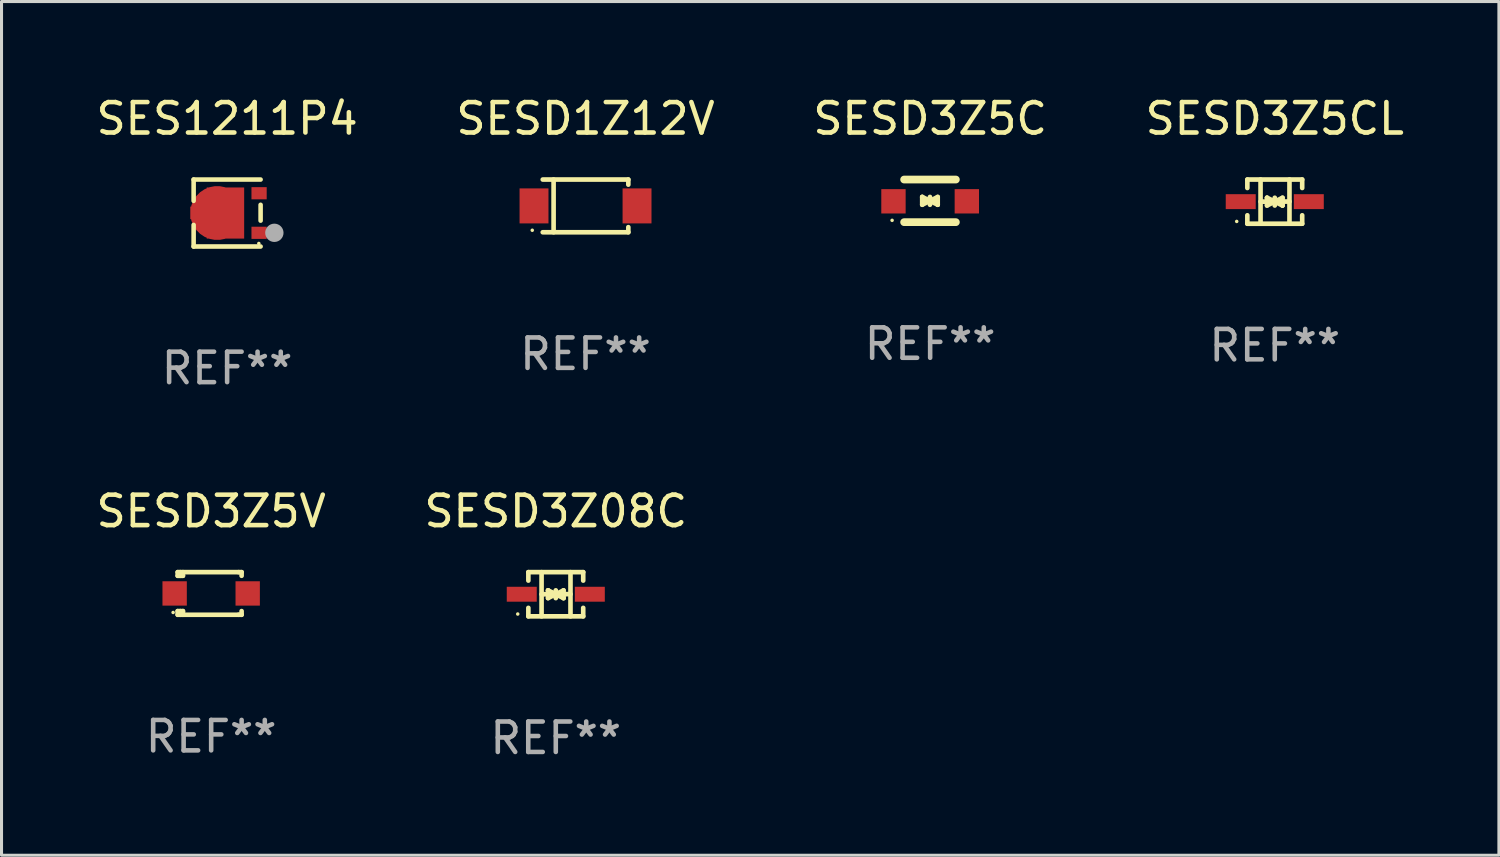
<source format=kicad_pcb>
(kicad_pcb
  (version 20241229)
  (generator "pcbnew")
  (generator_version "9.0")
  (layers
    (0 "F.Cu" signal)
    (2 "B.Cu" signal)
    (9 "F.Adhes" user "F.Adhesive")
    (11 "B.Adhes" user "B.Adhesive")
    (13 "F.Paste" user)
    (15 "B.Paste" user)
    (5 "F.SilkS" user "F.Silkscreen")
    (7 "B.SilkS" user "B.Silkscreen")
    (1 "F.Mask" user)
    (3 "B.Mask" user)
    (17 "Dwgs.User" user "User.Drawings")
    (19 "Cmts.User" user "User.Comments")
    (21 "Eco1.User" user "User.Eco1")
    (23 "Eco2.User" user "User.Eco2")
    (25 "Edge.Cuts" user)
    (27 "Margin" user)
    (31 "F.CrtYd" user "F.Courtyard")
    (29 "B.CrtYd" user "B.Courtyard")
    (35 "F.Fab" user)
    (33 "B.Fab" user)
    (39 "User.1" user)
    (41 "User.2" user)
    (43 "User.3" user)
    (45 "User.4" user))
  (footprint "SESD1Z12V"
    (layer "F.Cu")
    (at 16.185 3.714)
    (property "Reference" "SESD1Z12V" (at 0 -2.866 0) (layer "F.SilkS") (effects (font (size 1 1) (thickness 0.15))))
    (attr through_hole)
    (fp_line (start -1.406 -0.866) (end 1.406 -0.866) (stroke (width 0.152) (type solid)) (layer "F.SilkS"))
    (fp_line (start -1.406 0.866) (end 1.406 0.866) (stroke (width 0.152) (type solid)) (layer "F.SilkS"))
    (fp_line (start -1.049 -0.866) (end -1.049 0.866) (stroke (width 0.152) (type solid)) (layer "F.SilkS"))
    (fp_line (start 1.406 -0.866) (end 1.406 -0.698) (stroke (width 0.152) (type solid)) (layer "F.SilkS"))
    (fp_line (start 1.406 0.866) (end 1.406 0.698) (stroke (width 0.152) (type solid)) (layer "F.SilkS"))
    (fp_circle (center -1.75 0.8) (end -1.72 0.8) (stroke (width 0.06) (type solid)) (fill no) (layer "F.SilkS"))
    (fp_text user "REF**" (at 0 4.866 0) (layer "F.Fab") (effects (font (size 1 1) (thickness 0.15))))
    (pad "1" smd rect (at -1.692 0) (size 0.95 1.15) (layers "F.Cu" "F.Mask" "F.Paste"))
    (pad "2" smd rect (at 1.692 0) (size 0.95 1.15) (layers "F.Cu" "F.Mask" "F.Paste")))
  (footprint "SESD3Z5C"
    (layer "F.Cu")
    (at 27.506 3.548)
    (property "Reference" "SESD3Z5C" (at 0 -2.7 0) (layer "F.SilkS") (effects (font (size 1 1) (thickness 0.15))))
    (attr through_hole)
    (fp_line (start -0.855 -0.7) (end 0.845 -0.7) (stroke (width 0.254) (type solid)) (layer "F.SilkS"))
    (fp_line (start -0.855 0.7) (end 0.845 0.7) (stroke (width 0.254) (type solid)) (layer "F.SilkS"))
    (fp_line (start -0.26 -0.127) (end -0.26 -0.127) (stroke (width 0.154) (type solid)) (layer "F.SilkS"))
    (fp_line (start -0.26 -0.127) (end -0.008 -0.003) (stroke (width 0.154) (type solid)) (layer "F.SilkS"))
    (fp_line (start -0.26 0.127) (end -0.26 -0.127) (stroke (width 0.154) (type solid)) (layer "F.SilkS"))
    (fp_line (start -0.133 0.000483) (end -0.003 0.000483) (stroke (width 0.154) (type solid)) (layer "F.SilkS"))
    (fp_line (start -0.009 0.000483) (end -0.26 0.127) (stroke (width 0.154) (type solid)) (layer "F.SilkS"))
    (fp_line (start -0.006 -0.127) (end -0.006 0.127) (stroke (width 0.154) (type solid)) (layer "F.SilkS"))
    (fp_line (start -0.003 0.000483) (end 0.248 -0.127) (stroke (width 0.154) (type solid)) (layer "F.SilkS"))
    (fp_line (start 0.121 0.000483) (end -0.009 0.000483) (stroke (width 0.154) (type solid)) (layer "F.SilkS"))
    (fp_line (start 0.248 -0.127) (end 0.248 0.127) (stroke (width 0.154) (type solid)) (layer "F.SilkS"))
    (fp_line (start 0.248 0.127) (end -0.004 0.004) (stroke (width 0.154) (type solid)) (layer "F.SilkS"))
    (fp_line (start 0.248 0.127) (end 0.248 0.127) (stroke (width 0.154) (type solid)) (layer "F.SilkS"))
    (fp_circle (center -1.25 0.64) (end -1.22 0.64) (stroke (width 0.06) (type solid)) (fill no) (layer "F.SilkS"))
    (fp_text user "REF**" (at 0 4.7 0) (layer "F.Fab") (effects (font (size 1 1) (thickness 0.15))))
    (pad "1" smd rect (at -1.205 0.015) (size 0.8 0.8) (layers "F.Cu" "F.Mask" "F.Paste"))
    (pad "2" smd rect (at 1.205 0.015) (size 0.8 0.8) (layers "F.Cu" "F.Mask" "F.Paste")))
  (footprint "SESD3Z5CL"
    (layer "F.Cu")
    (at 38.827 3.574)
    (property "Reference" "SESD3Z5CL" (at 0 -2.726 0) (layer "F.SilkS") (effects (font (size 1 1) (thickness 0.15))))
    (attr through_hole)
    (fp_line (start -0.901 -0.726) (end -0.901 -0.448) (stroke (width 0.152) (type solid)) (layer "F.SilkS"))
    (fp_line (start -0.901 0.726) (end -0.901 0.448) (stroke (width 0.152) (type solid)) (layer "F.SilkS"))
    (fp_line (start -0.467 0) (end 0.483 -0.003) (stroke (width 0.154) (type solid)) (layer "F.SilkS"))
    (fp_line (start -0.467 0.726) (end -0.467 -0.726) (stroke (width 0.152) (type solid)) (layer "F.SilkS"))
    (fp_line (start -0.254 -0.127) (end -0.254 -0.127) (stroke (width 0.154) (type solid)) (layer "F.SilkS"))
    (fp_line (start -0.254 -0.127) (end -0.002 -0.003) (stroke (width 0.154) (type solid)) (layer "F.SilkS"))
    (fp_line (start -0.254 0.127) (end -0.254 -0.127) (stroke (width 0.154) (type solid)) (layer "F.SilkS"))
    (fp_line (start -0.127 0) (end 0.003 0) (stroke (width 0.154) (type solid)) (layer "F.SilkS"))
    (fp_line (start -0.003 0) (end -0.254 0.127) (stroke (width 0.154) (type solid)) (layer "F.SilkS"))
    (fp_line (start 0 -0.127) (end 0 0.127) (stroke (width 0.154) (type solid)) (layer "F.SilkS"))
    (fp_line (start 0.003 0) (end 0.254 -0.127) (stroke (width 0.154) (type solid)) (layer "F.SilkS"))
    (fp_line (start 0.127 0) (end -0.003 0) (stroke (width 0.154) (type solid)) (layer "F.SilkS"))
    (fp_line (start 0.254 -0.127) (end 0.254 0.127) (stroke (width 0.154) (type solid)) (layer "F.SilkS"))
    (fp_line (start 0.254 0.127) (end 0.002 0.003) (stroke (width 0.154) (type solid)) (layer "F.SilkS"))
    (fp_line (start 0.254 0.127) (end 0.254 0.127) (stroke (width 0.154) (type solid)) (layer "F.SilkS"))
    (fp_line (start 0.483 0.726) (end 0.483 -0.726) (stroke (width 0.152) (type solid)) (layer "F.SilkS"))
    (fp_line (start 0.901 -0.726) (end -0.901 -0.726) (stroke (width 0.152) (type solid)) (layer "F.SilkS"))
    (fp_line (start 0.901 -0.726) (end 0.901 -0.448) (stroke (width 0.152) (type solid)) (layer "F.SilkS"))
    (fp_line (start 0.901 0.726) (end -0.901 0.726) (stroke (width 0.152) (type solid)) (layer "F.SilkS"))
    (fp_line (start 0.901 0.726) (end 0.901 0.448) (stroke (width 0.152) (type solid)) (layer "F.SilkS"))
    (fp_circle (center -1.25 0.65) (end -1.22 0.65) (stroke (width 0.06) (type solid)) (fill no) (layer "F.SilkS"))
    (fp_text user "REF**" (at 0 4.726 0) (layer "F.Fab") (effects (font (size 1 1) (thickness 0.15))))
    (pad "1" smd rect (at -1.118 0) (size 0.985 0.49) (layers "F.Cu" "F.Mask" "F.Paste"))
    (pad "2" smd rect (at 1.118 0) (size 0.985 0.49) (layers "F.Cu" "F.Mask" "F.Paste")))
  (footprint "SES1211P4"
    (layer "F.Cu")
    (at 4.411 3.948)
    (property "Reference" "SES1211P4" (at 0 -3.1 0) (layer "F.SilkS") (effects (font (size 1 1) (thickness 0.15))))
    (attr through_hole)
    (fp_line (start -1.1 -1.1) (end -1.1 -0.4) (stroke (width 0.15) (type solid)) (layer "F.SilkS"))
    (fp_line (start -1.1 -1.1) (end 1.1 -1.1) (stroke (width 0.15) (type solid)) (layer "F.SilkS"))
    (fp_line (start -1.1 1.1) (end -1.1 0.39) (stroke (width 0.15) (type solid)) (layer "F.SilkS"))
    (fp_line (start 1.1 -0.27) (end 1.1 0.25) (stroke (width 0.15) (type solid)) (layer "F.SilkS"))
    (fp_line (start 1.1 1.1) (end -1.1 1.1) (stroke (width 0.15) (type solid)) (layer "F.SilkS"))
    (fp_circle (center 1.042 1) (end 1.072 1) (stroke (width 0.06) (type solid)) (fill no) (layer "F.SilkS"))
    (fp_circle (center 1.552 0.65) (end 1.703 0.65) (stroke (width 0.3) (type solid)) (fill no) (layer "F.Fab"))
    (fp_text user "REF**" (at 0 5.1 0) (layer "F.Fab") (effects (font (size 1 1) (thickness 0.15))))
    (pad "1" smd rect (at 1.05 0.65) (size 0.5 0.4) (layers "F.Cu" "F.Mask" "F.Paste"))
    (pad "2" smd rect (at 1.05 -0.65) (size 0.5 0.4) (layers "F.Cu" "F.Mask" "F.Paste"))
    (pad "3" smd custom (at -0.325 0) (size 1.77 1.68) (layers "F.Cu" "F.Mask" "F.Paste") (options (anchor circle)) (primitives (gr_poly (pts (xy -0.885 -0.21) (xy -0.345 -0.21) (xy -0.345 -0.84) (xy 0.885 -0.84) (xy 0.885 0.84) (xy -0.345 0.84) (xy -0.345 0.2) (xy -0.885 0.2) (xy -0.885 -0.21)) (width 0) (fill yes)))))
  (footprint "SESD3Z08C"
    (layer "F.Cu")
    (at 15.208 16.471)
    (property "Reference" "SESD3Z08C" (at 0 -2.726 0) (layer "F.SilkS") (effects (font (size 1 1) (thickness 0.15))))
    (attr through_hole)
    (fp_line (start -0.901 -0.726) (end -0.901 -0.448) (stroke (width 0.152) (type solid)) (layer "F.SilkS"))
    (fp_line (start -0.901 0.726) (end -0.901 0.448) (stroke (width 0.152) (type solid)) (layer "F.SilkS"))
    (fp_line (start -0.467 0) (end 0.483 -0.003) (stroke (width 0.154) (type solid)) (layer "F.SilkS"))
    (fp_line (start -0.467 0.726) (end -0.467 -0.726) (stroke (width 0.152) (type solid)) (layer "F.SilkS"))
    (fp_line (start -0.254 -0.127) (end -0.254 -0.127) (stroke (width 0.154) (type solid)) (layer "F.SilkS"))
    (fp_line (start -0.254 -0.127) (end -0.002 -0.003) (stroke (width 0.154) (type solid)) (layer "F.SilkS"))
    (fp_line (start -0.254 0.127) (end -0.254 -0.127) (stroke (width 0.154) (type solid)) (layer "F.SilkS"))
    (fp_line (start -0.127 0) (end 0.003 0) (stroke (width 0.154) (type solid)) (layer "F.SilkS"))
    (fp_line (start -0.003 0) (end -0.254 0.127) (stroke (width 0.154) (type solid)) (layer "F.SilkS"))
    (fp_line (start 0 -0.127) (end 0 0.127) (stroke (width 0.154) (type solid)) (layer "F.SilkS"))
    (fp_line (start 0.003 0) (end 0.254 -0.127) (stroke (width 0.154) (type solid)) (layer "F.SilkS"))
    (fp_line (start 0.127 0) (end -0.003 0) (stroke (width 0.154) (type solid)) (layer "F.SilkS"))
    (fp_line (start 0.254 -0.127) (end 0.254 0.127) (stroke (width 0.154) (type solid)) (layer "F.SilkS"))
    (fp_line (start 0.254 0.127) (end 0.002 0.003) (stroke (width 0.154) (type solid)) (layer "F.SilkS"))
    (fp_line (start 0.254 0.127) (end 0.254 0.127) (stroke (width 0.154) (type solid)) (layer "F.SilkS"))
    (fp_line (start 0.483 0.726) (end 0.483 -0.726) (stroke (width 0.152) (type solid)) (layer "F.SilkS"))
    (fp_line (start 0.901 -0.726) (end -0.901 -0.726) (stroke (width 0.152) (type solid)) (layer "F.SilkS"))
    (fp_line (start 0.901 -0.726) (end 0.901 -0.448) (stroke (width 0.152) (type solid)) (layer "F.SilkS"))
    (fp_line (start 0.901 0.726) (end -0.901 0.726) (stroke (width 0.152) (type solid)) (layer "F.SilkS"))
    (fp_line (start 0.901 0.726) (end 0.901 0.448) (stroke (width 0.152) (type solid)) (layer "F.SilkS"))
    (fp_circle (center -1.25 0.65) (end -1.22 0.65) (stroke (width 0.06) (type solid)) (fill no) (layer "F.SilkS"))
    (fp_text user "REF**" (at 0 4.726 0) (layer "F.Fab") (effects (font (size 1 1) (thickness 0.15))))
    (pad "1" smd rect (at -1.118 0) (size 0.985 0.49) (layers "F.Cu" "F.Mask" "F.Paste"))
    (pad "2" smd rect (at 1.118 0) (size 0.985 0.49) (layers "F.Cu" "F.Mask" "F.Paste")))
  (footprint "SESD3Z5V"
    (layer "F.Cu")
    (at 3.887 16.445)
    (property "Reference" "SESD3Z5V" (at 0 -2.7 0) (layer "F.SilkS") (effects (font (size 1 1) (thickness 0.15))))
    (attr through_hole)
    (fp_line (start -1.1 -0.7) (end -1.1 -0.58) (stroke (width 0.152) (type solid)) (layer "F.SilkS"))
    (fp_line (start -1.1 0.58) (end -1.1 0.7) (stroke (width 0.152) (type solid)) (layer "F.SilkS"))
    (fp_line (start -1.1 0.58) (end -0.927 0.58) (stroke (width 0.152) (type solid)) (layer "F.SilkS"))
    (fp_line (start -1.1 0.7) (end 0.9 0.7) (stroke (width 0.152) (type solid)) (layer "F.SilkS"))
    (fp_line (start -1.014 -0.58) (end -1.014 -0.7) (stroke (width 0.152) (type solid)) (layer "F.SilkS"))
    (fp_line (start -1.014 0.7) (end -1.014 0.58) (stroke (width 0.152) (type solid)) (layer "F.SilkS"))
    (fp_line (start -0.927 -0.7) (end -0.927 -0.58) (stroke (width 0.152) (type solid)) (layer "F.SilkS"))
    (fp_line (start -0.927 -0.58) (end -1.1 -0.58) (stroke (width 0.152) (type solid)) (layer "F.SilkS"))
    (fp_line (start -0.927 0.58) (end -0.927 0.7) (stroke (width 0.152) (type solid)) (layer "F.SilkS"))
    (fp_line (start 0.9 -0.7) (end -1.1 -0.7) (stroke (width 0.152) (type solid)) (layer "F.SilkS"))
    (fp_line (start 0.9 0.7) (end 1 0.7) (stroke (width 0.152) (type solid)) (layer "F.SilkS"))
    (fp_line (start 1 -0.7) (end 0.9 -0.7) (stroke (width 0.152) (type solid)) (layer "F.SilkS"))
    (fp_line (start 1 -0.58) (end 1 -0.7) (stroke (width 0.152) (type solid)) (layer "F.SilkS"))
    (fp_line (start 1 0.7) (end 1 0.58) (stroke (width 0.152) (type solid)) (layer "F.SilkS"))
    (fp_circle (center -1.25 0.625) (end -1.22 0.625) (stroke (width 0.06) (type solid)) (fill no) (layer "F.SilkS"))
    (fp_text user "REF**" (at 0 4.7 0) (layer "F.Fab") (effects (font (size 1 1) (thickness 0.15))))
    (pad "1" smd rect (at -1.2 0) (size 0.8 0.8) (layers "F.Cu" "F.Mask" "F.Paste"))
    (pad "2" smd rect (at 1.2 0) (size 0.8 0.8) (layers "F.Cu" "F.Mask" "F.Paste")))
  (gr_rect
    (start -3 -3)
    (end 46.19 25.045)
    (stroke (width 0.1) (type default))
    (fill no)
    (layer "Edge.Cuts")))
</source>
